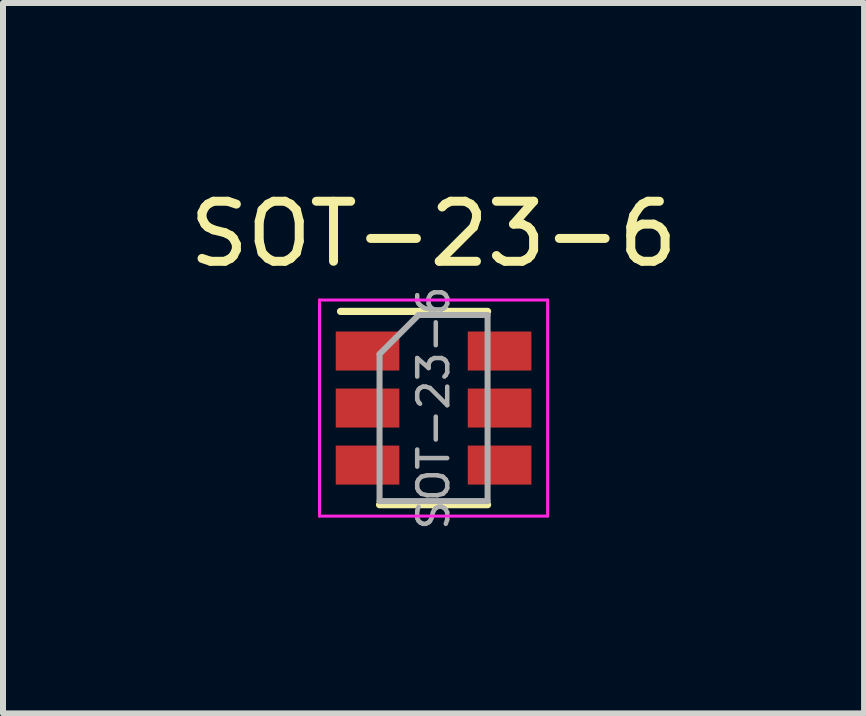
<source format=kicad_pcb>
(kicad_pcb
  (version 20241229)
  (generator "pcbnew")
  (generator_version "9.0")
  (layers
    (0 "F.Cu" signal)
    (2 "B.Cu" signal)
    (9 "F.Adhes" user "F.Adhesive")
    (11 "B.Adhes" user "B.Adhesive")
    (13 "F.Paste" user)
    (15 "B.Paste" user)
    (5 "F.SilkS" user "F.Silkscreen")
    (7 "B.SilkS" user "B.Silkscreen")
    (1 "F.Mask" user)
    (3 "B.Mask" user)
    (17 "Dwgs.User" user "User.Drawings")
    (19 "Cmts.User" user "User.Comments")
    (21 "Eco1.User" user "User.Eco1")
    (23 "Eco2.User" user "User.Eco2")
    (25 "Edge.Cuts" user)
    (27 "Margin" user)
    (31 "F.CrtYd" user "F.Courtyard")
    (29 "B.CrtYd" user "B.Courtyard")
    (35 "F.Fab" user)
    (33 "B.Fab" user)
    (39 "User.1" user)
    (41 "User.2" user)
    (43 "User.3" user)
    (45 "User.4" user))
  (footprint "SOT-23-6"
    (layer "F.Cu")
    (at 4.173 3.748)
    (property "Reference" "SOT-23-6" (at 0 -2.9 0) (layer "F.SilkS") (effects (font (size 1 1) (thickness 0.15))))
    (attr smd)
    (fp_line (start -0.9 1.61) (end 0.9 1.61) (stroke (width 0.12) (type solid)) (layer "F.SilkS"))
    (fp_line (start 0.9 -1.61) (end -1.55 -1.61) (stroke (width 0.12) (type solid)) (layer "F.SilkS"))
    (fp_line (start -1.9 -1.8) (end -1.9 1.8) (stroke (width 0.05) (type solid)) (layer "F.CrtYd"))
    (fp_line (start -1.9 1.8) (end 1.9 1.8) (stroke (width 0.05) (type solid)) (layer "F.CrtYd"))
    (fp_line (start 1.9 -1.8) (end -1.9 -1.8) (stroke (width 0.05) (type solid)) (layer "F.CrtYd"))
    (fp_line (start 1.9 1.8) (end 1.9 -1.8) (stroke (width 0.05) (type solid)) (layer "F.CrtYd"))
    (fp_line (start -0.9 -0.9) (end -0.9 1.55) (stroke (width 0.1) (type solid)) (layer "F.Fab"))
    (fp_line (start -0.9 -0.9) (end -0.25 -1.55) (stroke (width 0.1) (type solid)) (layer "F.Fab"))
    (fp_line (start 0.9 -1.55) (end -0.25 -1.55) (stroke (width 0.1) (type solid)) (layer "F.Fab"))
    (fp_line (start 0.9 -1.55) (end 0.9 1.55) (stroke (width 0.1) (type solid)) (layer "F.Fab"))
    (fp_line (start 0.9 1.55) (end -0.9 1.55) (stroke (width 0.1) (type solid)) (layer "F.Fab"))
    (fp_text user "${REFERENCE}" (at 0 0 90) (layer "F.Fab") (effects (font (size 0.5 0.5) (thickness 0.075))))
    (pad "1" smd rect (at -1.1 -0.95) (size 1.06 0.65) (layers "F.Cu" "F.Mask" "F.Paste"))
    (pad "2" smd rect (at -1.1 0) (size 1.06 0.65) (layers "F.Cu" "F.Mask" "F.Paste"))
    (pad "3" smd rect (at -1.1 0.95) (size 1.06 0.65) (layers "F.Cu" "F.Mask" "F.Paste"))
    (pad "4" smd rect (at 1.1 0.95) (size 1.06 0.65) (layers "F.Cu" "F.Mask" "F.Paste"))
    (pad "5" smd rect (at 1.1 0) (size 1.06 0.65) (layers "F.Cu" "F.Mask" "F.Paste"))
    (pad "6" smd rect (at 1.1 -0.95) (size 1.06 0.65) (layers "F.Cu" "F.Mask" "F.Paste")))
  (gr_rect
    (start -3 -3)
    (end 11.345 8.835)
    (stroke (width 0.1) (type default))
    (fill no)
    (layer "Edge.Cuts")))
</source>
